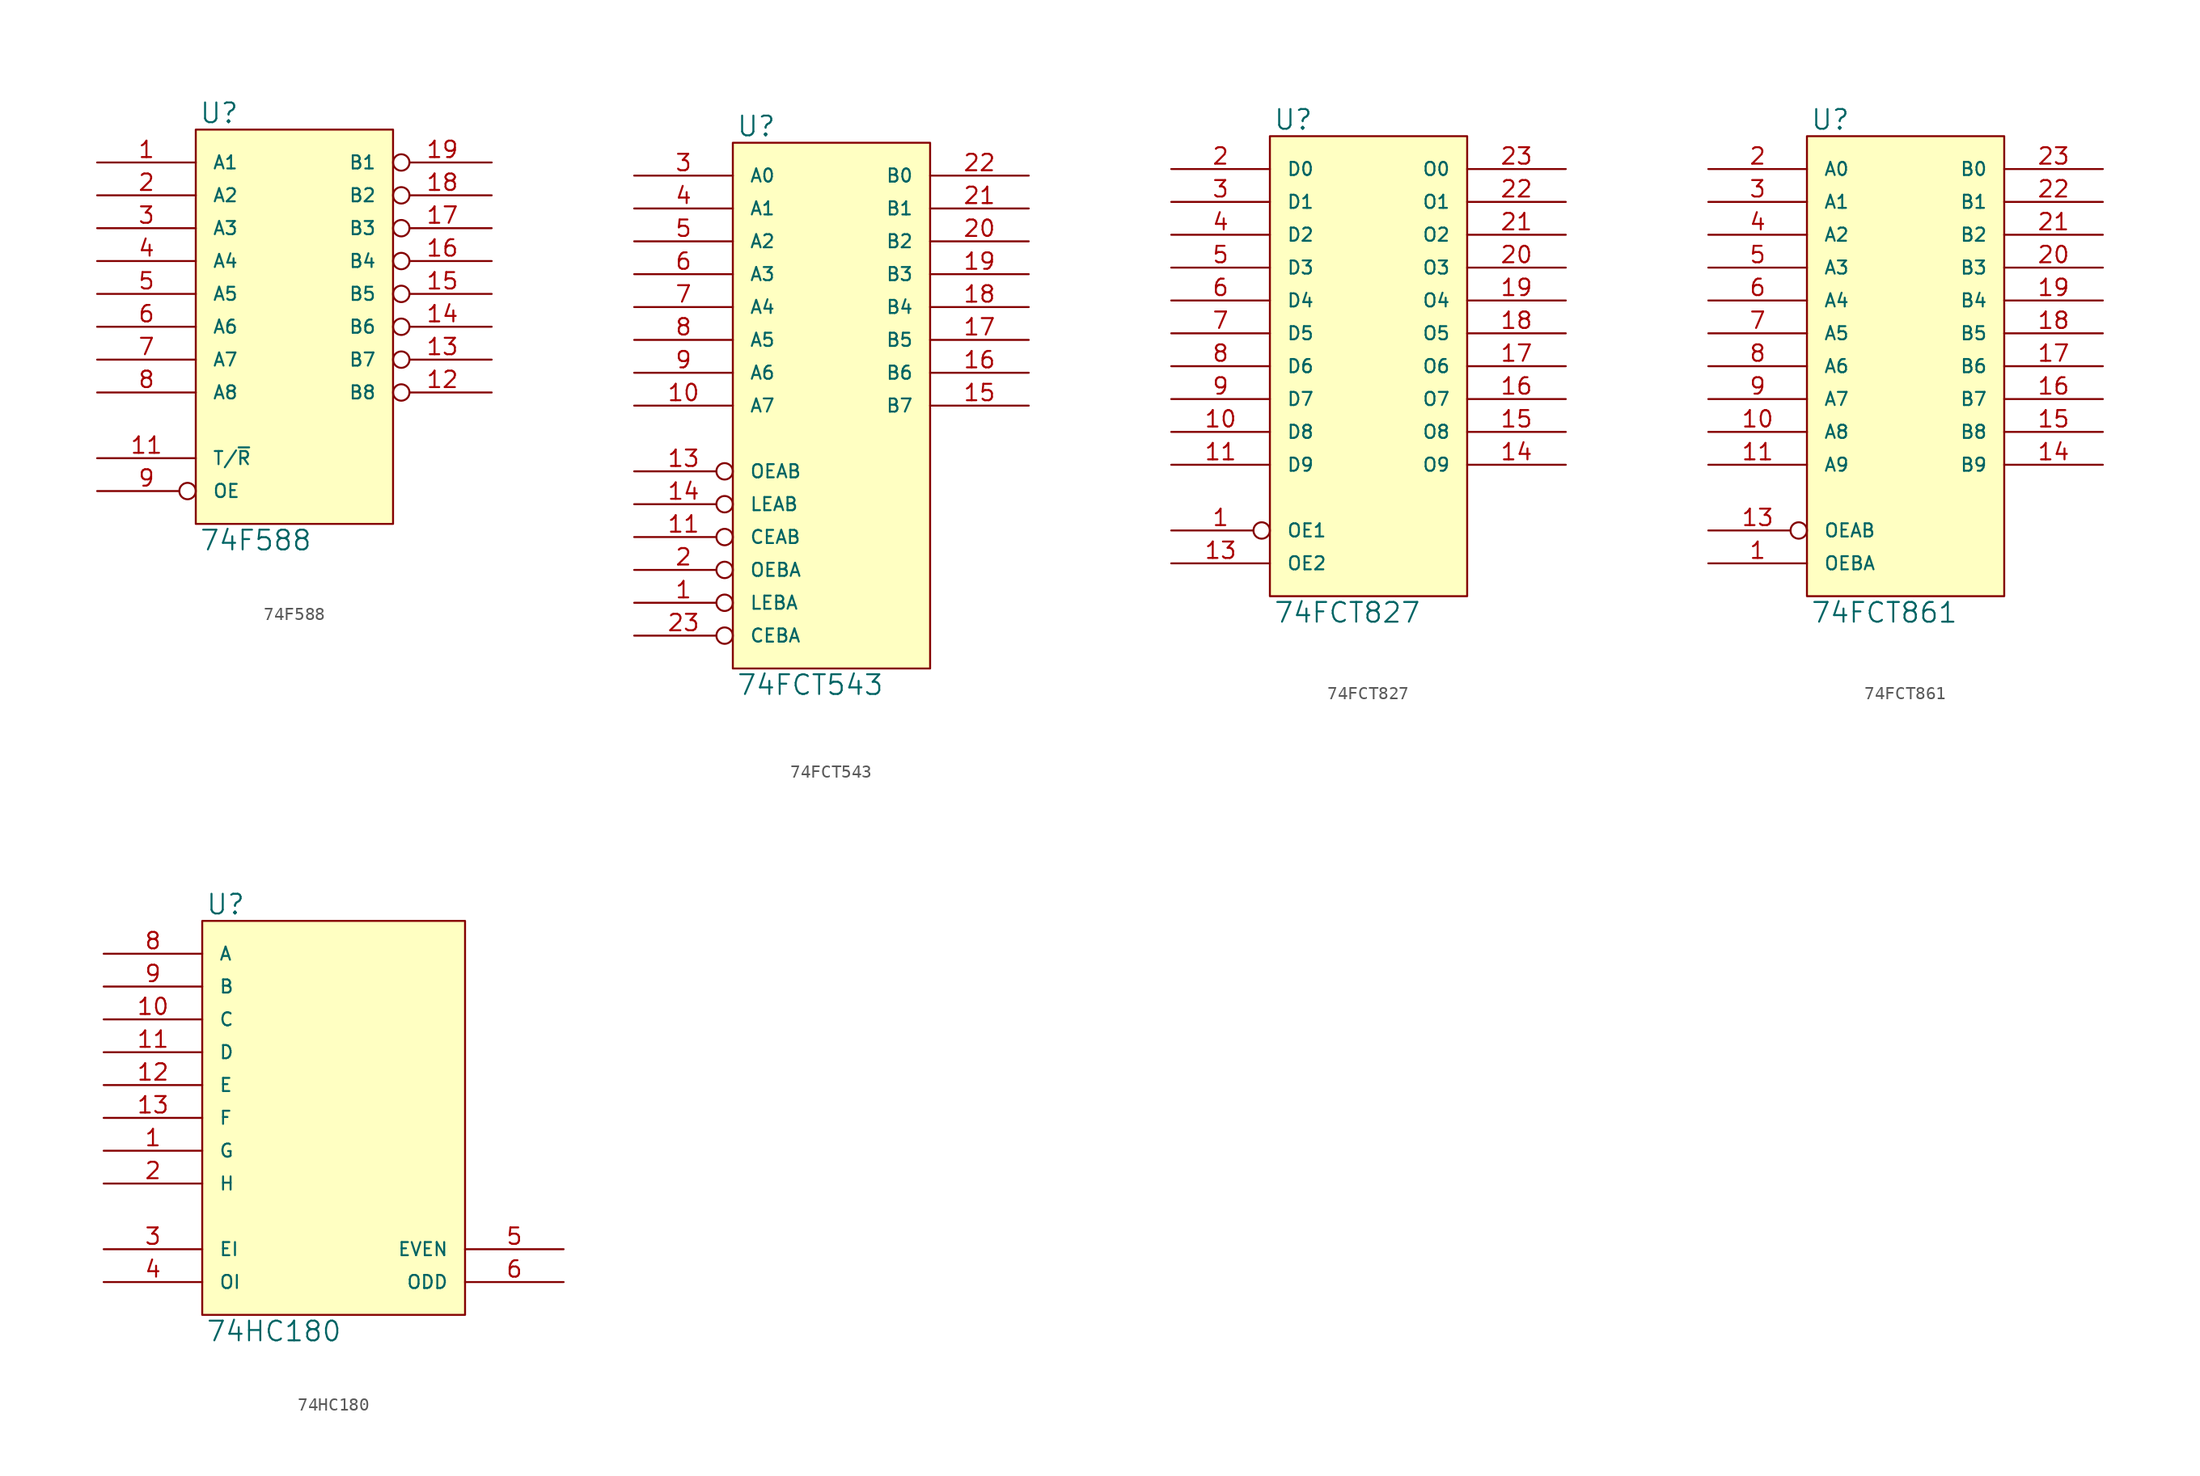
<source format=kicad_sym>
(kicad_symbol_lib
  (version 20231120)
  (generator "kicad_symbol_editor")
  (generator_version "8.0")
  (symbol "74F588"
    (pin_names
      (offset 1.27))
    (property "Reference" "U"
      (at 0.254 0.381 0)
      (effects (font (size 1.524 1.524)) (justify left bottom)))
    (property "Value" "74F588"
      (at 0.254 -30.861 0)
      (effects (font (size 1.524 1.524)) (justify left top)))
    (symbol "74F588_0_1"
      (rectangle (start 0 0) (end 15.24 -30.48) (stroke (width 0) (type solid)) (fill (type background))))
    (symbol "74F588_1_1"
      (pin input line (at -7.62 -2.54 0) (length 7.62) (name "A1" (effects (font (size 1.016 1.016)))) (number "1" (effects (font (size 1.27 1.27)))))
      (pin power_in line (at 0 -30.48 90) (length 0) hide (name "GND" (effects (font (size 1.016 1.016)))) (number "10" (effects (font (size 1.27 1.27)))))
      (pin input line (at -7.62 -25.4 0) (length 7.62) (name "T/~{R}" (effects (font (size 1.016 1.016)))) (number "11" (effects (font (size 1.27 1.27)))))
      (pin tri_state inverted (at 22.86 -20.32 180) (length 7.62) (name "B8" (effects (font (size 1.016 1.016)))) (number "12" (effects (font (size 1.27 1.27)))))
      (pin tri_state inverted (at 22.86 -17.78 180) (length 7.62) (name "B7" (effects (font (size 1.016 1.016)))) (number "13" (effects (font (size 1.27 1.27)))))
      (pin tri_state inverted (at 22.86 -15.24 180) (length 7.62) (name "B6" (effects (font (size 1.016 1.016)))) (number "14" (effects (font (size 1.27 1.27)))))
      (pin tri_state inverted (at 22.86 -12.7 180) (length 7.62) (name "B5" (effects (font (size 1.016 1.016)))) (number "15" (effects (font (size 1.27 1.27)))))
      (pin tri_state inverted (at 22.86 -10.16 180) (length 7.62) (name "B4" (effects (font (size 1.016 1.016)))) (number "16" (effects (font (size 1.27 1.27)))))
      (pin tri_state inverted (at 22.86 -7.62 180) (length 7.62) (name "B3" (effects (font (size 1.016 1.016)))) (number "17" (effects (font (size 1.27 1.27)))))
      (pin tri_state inverted (at 22.86 -5.08 180) (length 7.62) (name "B2" (effects (font (size 1.016 1.016)))) (number "18" (effects (font (size 1.27 1.27)))))
      (pin tri_state inverted (at 22.86 -2.54 180) (length 7.62) (name "B1" (effects (font (size 1.016 1.016)))) (number "19" (effects (font (size 1.27 1.27)))))
      (pin input line (at -7.62 -5.08 0) (length 7.62) (name "A2" (effects (font (size 1.016 1.016)))) (number "2" (effects (font (size 1.27 1.27)))))
      (pin power_in line (at 0 0 270) (length 0) hide (name "VCC" (effects (font (size 1.016 1.016)))) (number "20" (effects (font (size 1.27 1.27)))))
      (pin input line (at -7.62 -7.62 0) (length 7.62) (name "A3" (effects (font (size 1.016 1.016)))) (number "3" (effects (font (size 1.27 1.27)))))
      (pin input line (at -7.62 -10.16 0) (length 7.62) (name "A4" (effects (font (size 1.016 1.016)))) (number "4" (effects (font (size 1.27 1.27)))))
      (pin input line (at -7.62 -12.7 0) (length 7.62) (name "A5" (effects (font (size 1.016 1.016)))) (number "5" (effects (font (size 1.27 1.27)))))
      (pin input line (at -7.62 -15.24 0) (length 7.62) (name "A6" (effects (font (size 1.016 1.016)))) (number "6" (effects (font (size 1.27 1.27)))))
      (pin input line (at -7.62 -17.78 0) (length 7.62) (name "A7" (effects (font (size 1.016 1.016)))) (number "7" (effects (font (size 1.27 1.27)))))
      (pin input line (at -7.62 -20.32 0) (length 7.62) (name "A8" (effects (font (size 1.016 1.016)))) (number "8" (effects (font (size 1.27 1.27)))))
      (pin input inverted (at -7.62 -27.94 0) (length 7.62) (name "OE" (effects (font (size 1.016 1.016)))) (number "9" (effects (font (size 1.27 1.27)))))))
  (symbol "74FCT543"
    (pin_names
      (offset 1.27))
    (property "Reference" "U"
      (at 0.254 0.381 0)
      (effects (font (size 1.524 1.524)) (justify left bottom)))
    (property "Value" "74FCT543"
      (at 0.254 -41.021 0)
      (effects (font (size 1.524 1.524)) (justify left top)))
    (symbol "74FCT543_0_1"
      (rectangle (start 0 0) (end 15.24 -40.64) (stroke (width 0) (type solid)) (fill (type background))))
    (symbol "74FCT543_1_1"
      (pin input inverted (at -7.62 -35.56 0) (length 7.62) (name "LEBA" (effects (font (size 1.016 1.016)))) (number "1" (effects (font (size 1.27 1.27)))))
      (pin bidirectional line (at -7.62 -20.32 0) (length 7.62) (name "A7" (effects (font (size 1.016 1.016)))) (number "10" (effects (font (size 1.27 1.27)))))
      (pin input inverted (at -7.62 -30.48 0) (length 7.62) (name "CEAB" (effects (font (size 1.016 1.016)))) (number "11" (effects (font (size 1.27 1.27)))))
      (pin power_in line (at 0 -40.64 90) (length 0) hide (name "GND" (effects (font (size 1.016 1.016)))) (number "12" (effects (font (size 1.27 1.27)))))
      (pin input inverted (at -7.62 -25.4 0) (length 7.62) (name "OEAB" (effects (font (size 1.016 1.016)))) (number "13" (effects (font (size 1.27 1.27)))))
      (pin input inverted (at -7.62 -27.94 0) (length 7.62) (name "LEAB" (effects (font (size 1.016 1.016)))) (number "14" (effects (font (size 1.27 1.27)))))
      (pin bidirectional line (at 22.86 -20.32 180) (length 7.62) (name "B7" (effects (font (size 1.016 1.016)))) (number "15" (effects (font (size 1.27 1.27)))))
      (pin bidirectional line (at 22.86 -17.78 180) (length 7.62) (name "B6" (effects (font (size 1.016 1.016)))) (number "16" (effects (font (size 1.27 1.27)))))
      (pin bidirectional line (at 22.86 -15.24 180) (length 7.62) (name "B5" (effects (font (size 1.016 1.016)))) (number "17" (effects (font (size 1.27 1.27)))))
      (pin bidirectional line (at 22.86 -12.7 180) (length 7.62) (name "B4" (effects (font (size 1.016 1.016)))) (number "18" (effects (font (size 1.27 1.27)))))
      (pin bidirectional line (at 22.86 -10.16 180) (length 7.62) (name "B3" (effects (font (size 1.016 1.016)))) (number "19" (effects (font (size 1.27 1.27)))))
      (pin input inverted (at -7.62 -33.02 0) (length 7.62) (name "OEBA" (effects (font (size 1.016 1.016)))) (number "2" (effects (font (size 1.27 1.27)))))
      (pin bidirectional line (at 22.86 -7.62 180) (length 7.62) (name "B2" (effects (font (size 1.016 1.016)))) (number "20" (effects (font (size 1.27 1.27)))))
      (pin bidirectional line (at 22.86 -5.08 180) (length 7.62) (name "B1" (effects (font (size 1.016 1.016)))) (number "21" (effects (font (size 1.27 1.27)))))
      (pin bidirectional line (at 22.86 -2.54 180) (length 7.62) (name "B0" (effects (font (size 1.016 1.016)))) (number "22" (effects (font (size 1.27 1.27)))))
      (pin input inverted (at -7.62 -38.1 0) (length 7.62) (name "CEBA" (effects (font (size 1.016 1.016)))) (number "23" (effects (font (size 1.27 1.27)))))
      (pin power_in line (at 0 0 270) (length 0) hide (name "VCC" (effects (font (size 1.016 1.016)))) (number "24" (effects (font (size 1.27 1.27)))))
      (pin bidirectional line (at -7.62 -2.54 0) (length 7.62) (name "A0" (effects (font (size 1.016 1.016)))) (number "3" (effects (font (size 1.27 1.27)))))
      (pin bidirectional line (at -7.62 -5.08 0) (length 7.62) (name "A1" (effects (font (size 1.016 1.016)))) (number "4" (effects (font (size 1.27 1.27)))))
      (pin bidirectional line (at -7.62 -7.62 0) (length 7.62) (name "A2" (effects (font (size 1.016 1.016)))) (number "5" (effects (font (size 1.27 1.27)))))
      (pin bidirectional line (at -7.62 -10.16 0) (length 7.62) (name "A3" (effects (font (size 1.016 1.016)))) (number "6" (effects (font (size 1.27 1.27)))))
      (pin bidirectional line (at -7.62 -12.7 0) (length 7.62) (name "A4" (effects (font (size 1.016 1.016)))) (number "7" (effects (font (size 1.27 1.27)))))
      (pin bidirectional line (at -7.62 -15.24 0) (length 7.62) (name "A5" (effects (font (size 1.016 1.016)))) (number "8" (effects (font (size 1.27 1.27)))))
      (pin bidirectional line (at -7.62 -17.78 0) (length 7.62) (name "A6" (effects (font (size 1.016 1.016)))) (number "9" (effects (font (size 1.27 1.27)))))))
  (symbol "74FCT827"
    (pin_names
      (offset 1.27))
    (property "Reference" "U"
      (at 0.254 0.381 0)
      (effects (font (size 1.524 1.524)) (justify left bottom)))
    (property "Value" "74FCT827"
      (at 0.254 -35.941 0)
      (effects (font (size 1.524 1.524)) (justify left top)))
    (symbol "74FCT827_0_1"
      (rectangle (start 0 0) (end 15.24 -35.56) (stroke (width 0) (type solid)) (fill (type background))))
    (symbol "74FCT827_1_1"
      (pin input inverted (at -7.62 -30.48 0) (length 7.62) (name "OE1" (effects (font (size 1.016 1.016)))) (number "1" (effects (font (size 1.27 1.27)))))
      (pin bidirectional line (at -7.62 -22.86 0) (length 7.62) (name "D8" (effects (font (size 1.016 1.016)))) (number "10" (effects (font (size 1.27 1.27)))))
      (pin bidirectional line (at -7.62 -25.4 0) (length 7.62) (name "D9" (effects (font (size 1.016 1.016)))) (number "11" (effects (font (size 1.27 1.27)))))
      (pin power_in line (at 0 -35.56 90) (length 0) hide (name "GND" (effects (font (size 1.016 1.016)))) (number "12" (effects (font (size 1.27 1.27)))))
      (pin input line (at -7.62 -33.02 0) (length 7.62) (name "OE2" (effects (font (size 1.016 1.016)))) (number "13" (effects (font (size 1.27 1.27)))))
      (pin bidirectional line (at 22.86 -25.4 180) (length 7.62) (name "O9" (effects (font (size 1.016 1.016)))) (number "14" (effects (font (size 1.27 1.27)))))
      (pin bidirectional line (at 22.86 -22.86 180) (length 7.62) (name "O8" (effects (font (size 1.016 1.016)))) (number "15" (effects (font (size 1.27 1.27)))))
      (pin bidirectional line (at 22.86 -20.32 180) (length 7.62) (name "O7" (effects (font (size 1.016 1.016)))) (number "16" (effects (font (size 1.27 1.27)))))
      (pin bidirectional line (at 22.86 -17.78 180) (length 7.62) (name "O6" (effects (font (size 1.016 1.016)))) (number "17" (effects (font (size 1.27 1.27)))))
      (pin bidirectional line (at 22.86 -15.24 180) (length 7.62) (name "O5" (effects (font (size 1.016 1.016)))) (number "18" (effects (font (size 1.27 1.27)))))
      (pin bidirectional line (at 22.86 -12.7 180) (length 7.62) (name "O4" (effects (font (size 1.016 1.016)))) (number "19" (effects (font (size 1.27 1.27)))))
      (pin bidirectional line (at -7.62 -2.54 0) (length 7.62) (name "D0" (effects (font (size 1.016 1.016)))) (number "2" (effects (font (size 1.27 1.27)))))
      (pin bidirectional line (at 22.86 -10.16 180) (length 7.62) (name "O3" (effects (font (size 1.016 1.016)))) (number "20" (effects (font (size 1.27 1.27)))))
      (pin bidirectional line (at 22.86 -7.62 180) (length 7.62) (name "O2" (effects (font (size 1.016 1.016)))) (number "21" (effects (font (size 1.27 1.27)))))
      (pin bidirectional line (at 22.86 -5.08 180) (length 7.62) (name "O1" (effects (font (size 1.016 1.016)))) (number "22" (effects (font (size 1.27 1.27)))))
      (pin bidirectional line (at 22.86 -2.54 180) (length 7.62) (name "O0" (effects (font (size 1.016 1.016)))) (number "23" (effects (font (size 1.27 1.27)))))
      (pin power_in line (at 0 0 270) (length 0) hide (name "VCC" (effects (font (size 1.016 1.016)))) (number "24" (effects (font (size 1.27 1.27)))))
      (pin bidirectional line (at -7.62 -5.08 0) (length 7.62) (name "D1" (effects (font (size 1.016 1.016)))) (number "3" (effects (font (size 1.27 1.27)))))
      (pin bidirectional line (at -7.62 -7.62 0) (length 7.62) (name "D2" (effects (font (size 1.016 1.016)))) (number "4" (effects (font (size 1.27 1.27)))))
      (pin bidirectional line (at -7.62 -10.16 0) (length 7.62) (name "D3" (effects (font (size 1.016 1.016)))) (number "5" (effects (font (size 1.27 1.27)))))
      (pin bidirectional line (at -7.62 -12.7 0) (length 7.62) (name "D4" (effects (font (size 1.016 1.016)))) (number "6" (effects (font (size 1.27 1.27)))))
      (pin bidirectional line (at -7.62 -15.24 0) (length 7.62) (name "D5" (effects (font (size 1.016 1.016)))) (number "7" (effects (font (size 1.27 1.27)))))
      (pin bidirectional line (at -7.62 -17.78 0) (length 7.62) (name "D6" (effects (font (size 1.016 1.016)))) (number "8" (effects (font (size 1.27 1.27)))))
      (pin bidirectional line (at -7.62 -20.32 0) (length 7.62) (name "D7" (effects (font (size 1.016 1.016)))) (number "9" (effects (font (size 1.27 1.27)))))))
  (symbol "74FCT861"
    (pin_names
      (offset 1.27))
    (property "Reference" "U"
      (at 0.254 0.381 0)
      (effects (font (size 1.524 1.524)) (justify left bottom)))
    (property "Value" "74FCT861"
      (at 0.254 -35.941 0)
      (effects (font (size 1.524 1.524)) (justify left top)))
    (symbol "74FCT861_0_1"
      (rectangle (start 0 0) (end 15.24 -35.56) (stroke (width 0) (type solid)) (fill (type background))))
    (symbol "74FCT861_1_1"
      (pin input line (at -7.62 -33.02 0) (length 7.62) (name "OEBA" (effects (font (size 1.016 1.016)))) (number "1" (effects (font (size 1.27 1.27)))))
      (pin bidirectional line (at -7.62 -22.86 0) (length 7.62) (name "A8" (effects (font (size 1.016 1.016)))) (number "10" (effects (font (size 1.27 1.27)))))
      (pin bidirectional line (at -7.62 -25.4 0) (length 7.62) (name "A9" (effects (font (size 1.016 1.016)))) (number "11" (effects (font (size 1.27 1.27)))))
      (pin power_in line (at 0 -35.56 90) (length 0) hide (name "GND" (effects (font (size 1.016 1.016)))) (number "12" (effects (font (size 1.27 1.27)))))
      (pin input inverted (at -7.62 -30.48 0) (length 7.62) (name "OEAB" (effects (font (size 1.016 1.016)))) (number "13" (effects (font (size 1.27 1.27)))))
      (pin bidirectional line (at 22.86 -25.4 180) (length 7.62) (name "B9" (effects (font (size 1.016 1.016)))) (number "14" (effects (font (size 1.27 1.27)))))
      (pin bidirectional line (at 22.86 -22.86 180) (length 7.62) (name "B8" (effects (font (size 1.016 1.016)))) (number "15" (effects (font (size 1.27 1.27)))))
      (pin bidirectional line (at 22.86 -20.32 180) (length 7.62) (name "B7" (effects (font (size 1.016 1.016)))) (number "16" (effects (font (size 1.27 1.27)))))
      (pin bidirectional line (at 22.86 -17.78 180) (length 7.62) (name "B6" (effects (font (size 1.016 1.016)))) (number "17" (effects (font (size 1.27 1.27)))))
      (pin bidirectional line (at 22.86 -15.24 180) (length 7.62) (name "B5" (effects (font (size 1.016 1.016)))) (number "18" (effects (font (size 1.27 1.27)))))
      (pin bidirectional line (at 22.86 -12.7 180) (length 7.62) (name "B4" (effects (font (size 1.016 1.016)))) (number "19" (effects (font (size 1.27 1.27)))))
      (pin bidirectional line (at -7.62 -2.54 0) (length 7.62) (name "A0" (effects (font (size 1.016 1.016)))) (number "2" (effects (font (size 1.27 1.27)))))
      (pin bidirectional line (at 22.86 -10.16 180) (length 7.62) (name "B3" (effects (font (size 1.016 1.016)))) (number "20" (effects (font (size 1.27 1.27)))))
      (pin bidirectional line (at 22.86 -7.62 180) (length 7.62) (name "B2" (effects (font (size 1.016 1.016)))) (number "21" (effects (font (size 1.27 1.27)))))
      (pin bidirectional line (at 22.86 -5.08 180) (length 7.62) (name "B1" (effects (font (size 1.016 1.016)))) (number "22" (effects (font (size 1.27 1.27)))))
      (pin bidirectional line (at 22.86 -2.54 180) (length 7.62) (name "B0" (effects (font (size 1.016 1.016)))) (number "23" (effects (font (size 1.27 1.27)))))
      (pin power_in line (at 0 0 270) (length 0) hide (name "VCC" (effects (font (size 1.016 1.016)))) (number "24" (effects (font (size 1.27 1.27)))))
      (pin bidirectional line (at -7.62 -5.08 0) (length 7.62) (name "A1" (effects (font (size 1.016 1.016)))) (number "3" (effects (font (size 1.27 1.27)))))
      (pin bidirectional line (at -7.62 -7.62 0) (length 7.62) (name "A2" (effects (font (size 1.016 1.016)))) (number "4" (effects (font (size 1.27 1.27)))))
      (pin bidirectional line (at -7.62 -10.16 0) (length 7.62) (name "A3" (effects (font (size 1.016 1.016)))) (number "5" (effects (font (size 1.27 1.27)))))
      (pin bidirectional line (at -7.62 -12.7 0) (length 7.62) (name "A4" (effects (font (size 1.016 1.016)))) (number "6" (effects (font (size 1.27 1.27)))))
      (pin bidirectional line (at -7.62 -15.24 0) (length 7.62) (name "A5" (effects (font (size 1.016 1.016)))) (number "7" (effects (font (size 1.27 1.27)))))
      (pin bidirectional line (at -7.62 -17.78 0) (length 7.62) (name "A6" (effects (font (size 1.016 1.016)))) (number "8" (effects (font (size 1.27 1.27)))))
      (pin bidirectional line (at -7.62 -20.32 0) (length 7.62) (name "A7" (effects (font (size 1.016 1.016)))) (number "9" (effects (font (size 1.27 1.27)))))))
  (symbol "74HC180"
    (pin_names
      (offset 1.27))
    (property "Reference" "U"
      (at 0.254 0.381 0)
      (effects (font (size 1.524 1.524)) (justify left bottom)))
    (property "Value" "74HC180"
      (at 0.254 -30.861 0)
      (effects (font (size 1.524 1.524)) (justify left top)))
    (symbol "74HC180_0_1"
      (rectangle (start 0 0) (end 20.32 -30.48) (stroke (width 0) (type solid)) (fill (type background))))
    (symbol "74HC180_1_1"
      (pin input line (at -7.62 -17.78 0) (length 7.62) (name "G" (effects (font (size 1.016 1.016)))) (number "1" (effects (font (size 1.27 1.27)))))
      (pin input line (at -7.62 -7.62 0) (length 7.62) (name "C" (effects (font (size 1.016 1.016)))) (number "10" (effects (font (size 1.27 1.27)))))
      (pin input line (at -7.62 -10.16 0) (length 7.62) (name "D" (effects (font (size 1.016 1.016)))) (number "11" (effects (font (size 1.27 1.27)))))
      (pin input line (at -7.62 -12.7 0) (length 7.62) (name "E" (effects (font (size 1.016 1.016)))) (number "12" (effects (font (size 1.27 1.27)))))
      (pin input line (at -7.62 -15.24 0) (length 7.62) (name "F" (effects (font (size 1.016 1.016)))) (number "13" (effects (font (size 1.27 1.27)))))
      (pin power_in line (at 0 0 270) (length 0) hide (name "VCC" (effects (font (size 1.016 1.016)))) (number "14" (effects (font (size 1.27 1.27)))))
      (pin input line (at -7.62 -20.32 0) (length 7.62) (name "H" (effects (font (size 1.016 1.016)))) (number "2" (effects (font (size 1.27 1.27)))))
      (pin input line (at -7.62 -25.4 0) (length 7.62) (name "EI" (effects (font (size 1.016 1.016)))) (number "3" (effects (font (size 1.27 1.27)))))
      (pin input line (at -7.62 -27.94 0) (length 7.62) (name "OI" (effects (font (size 1.016 1.016)))) (number "4" (effects (font (size 1.27 1.27)))))
      (pin output line (at 27.94 -25.4 180) (length 7.62) (name "EVEN" (effects (font (size 1.016 1.016)))) (number "5" (effects (font (size 1.27 1.27)))))
      (pin output line (at 27.94 -27.94 180) (length 7.62) (name "ODD" (effects (font (size 1.016 1.016)))) (number "6" (effects (font (size 1.27 1.27)))))
      (pin power_in line (at 0 -30.48 90) (length 0) hide (name "GND" (effects (font (size 1.016 1.016)))) (number "7" (effects (font (size 1.27 1.27)))))
      (pin input line (at -7.62 -2.54 0) (length 7.62) (name "A" (effects (font (size 1.016 1.016)))) (number "8" (effects (font (size 1.27 1.27)))))
      (pin input line (at -7.62 -5.08 0) (length 7.62) (name "B" (effects (font (size 1.016 1.016)))) (number "9" (effects (font (size 1.27 1.27))))))))
</source>
